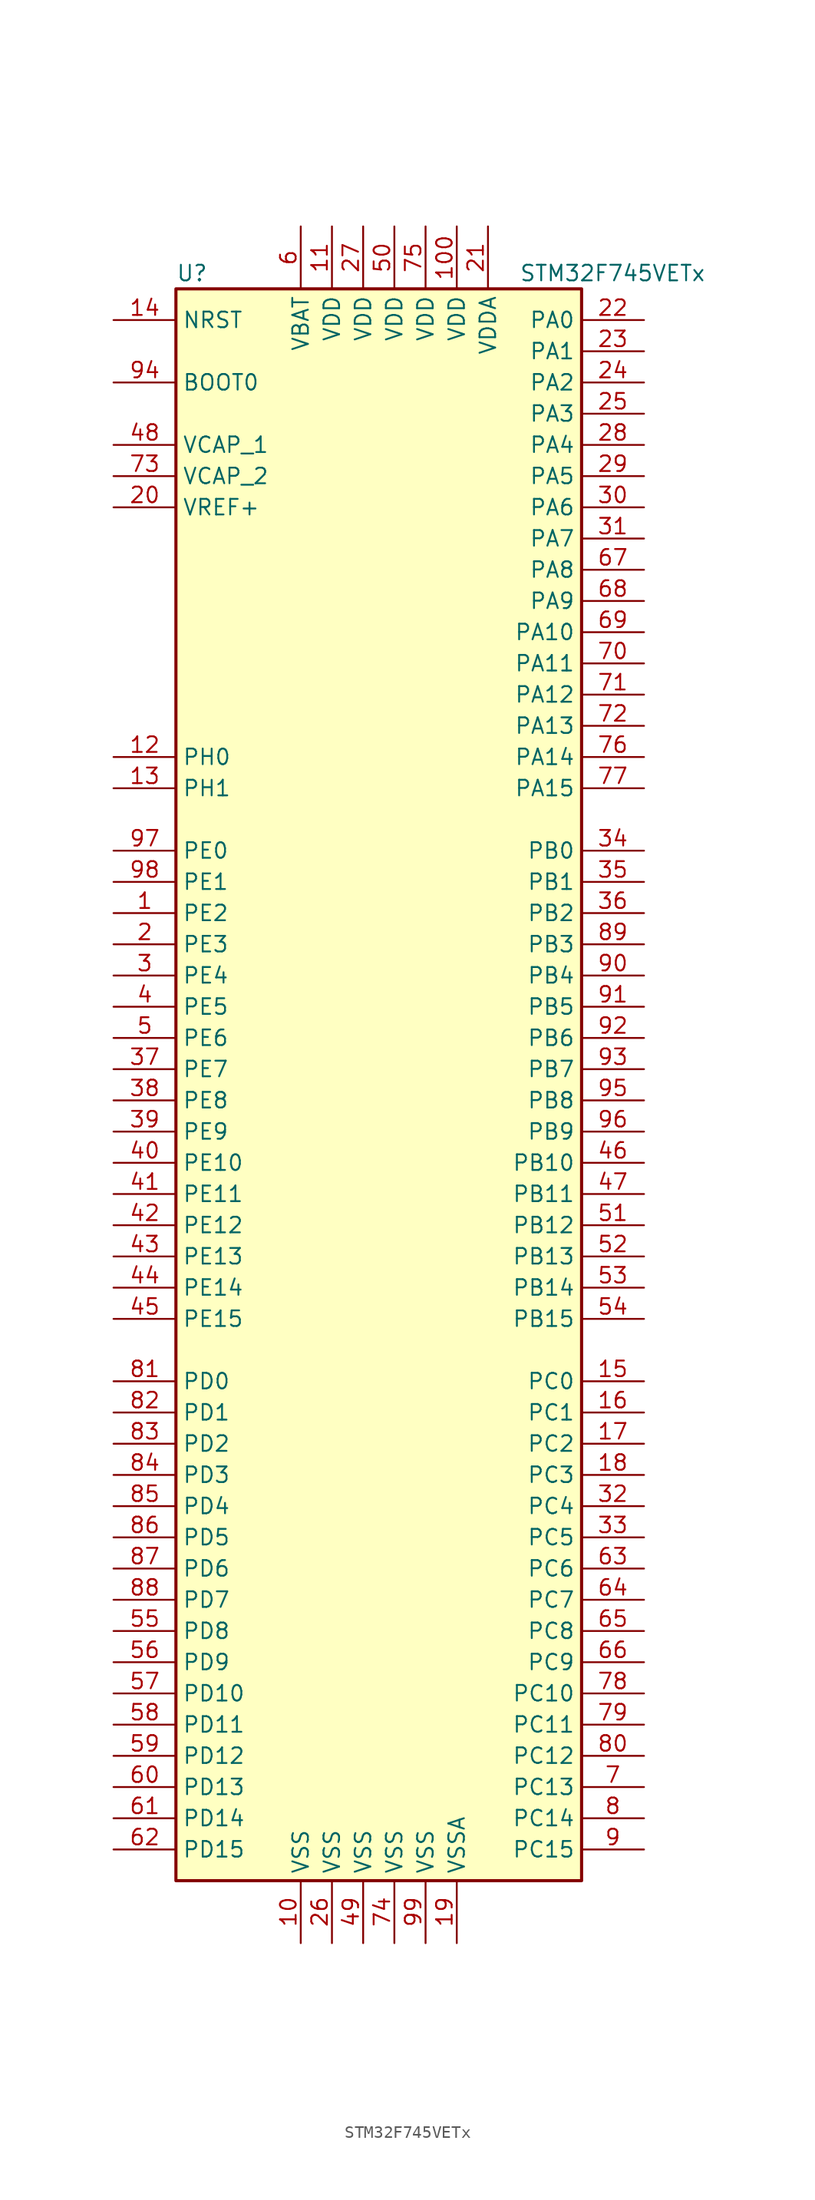
<source format=kicad_sym>
(kicad_symbol_lib
  (version 20201005)
  (generator kicad_symbol_editor)
  (symbol "STM32F745VETx"
    (property "Reference" "U"
      (at -17.78 64.77 0)
      (effects (font (size 1.27 1.27)) (justify left)))
    (property "Value" "STM32F745VETx"
      (at 10.16 64.77 0)
      (effects (font (size 1.27 1.27)) (justify left)))
    (symbol "STM32F745VETx_0_1"
      (rectangle (start -17.78 -66.04) (end 15.24 63.5) (stroke (width 0.254)) (fill (type background))))
    (symbol "STM32F745VETx_1_1"
      (pin input line (at -22.86 55.88 0) (length 5.08) (name "BOOT0" (effects (font (size 1.27 1.27)))) (number "94" (effects (font (size 1.27 1.27)))))
      (pin input line (at -22.86 60.96 0) (length 5.08) (name "NRST" (effects (font (size 1.27 1.27)))) (number "14" (effects (font (size 1.27 1.27)))))
      (pin bidirectional line (at 20.32 60.96 180) (length 5.08) (name "PA0" (effects (font (size 1.27 1.27)))) (number "22" (effects (font (size 1.27 1.27)))))
      (pin bidirectional line (at 20.32 58.42 180) (length 5.08) (name "PA1" (effects (font (size 1.27 1.27)))) (number "23" (effects (font (size 1.27 1.27)))))
      (pin bidirectional line (at 20.32 35.56 180) (length 5.08) (name "PA10" (effects (font (size 1.27 1.27)))) (number "69" (effects (font (size 1.27 1.27)))))
      (pin bidirectional line (at 20.32 33.02 180) (length 5.08) (name "PA11" (effects (font (size 1.27 1.27)))) (number "70" (effects (font (size 1.27 1.27)))))
      (pin bidirectional line (at 20.32 30.48 180) (length 5.08) (name "PA12" (effects (font (size 1.27 1.27)))) (number "71" (effects (font (size 1.27 1.27)))))
      (pin bidirectional line (at 20.32 27.94 180) (length 5.08) (name "PA13" (effects (font (size 1.27 1.27)))) (number "72" (effects (font (size 1.27 1.27)))))
      (pin bidirectional line (at 20.32 25.4 180) (length 5.08) (name "PA14" (effects (font (size 1.27 1.27)))) (number "76" (effects (font (size 1.27 1.27)))))
      (pin bidirectional line (at 20.32 22.86 180) (length 5.08) (name "PA15" (effects (font (size 1.27 1.27)))) (number "77" (effects (font (size 1.27 1.27)))))
      (pin bidirectional line (at 20.32 55.88 180) (length 5.08) (name "PA2" (effects (font (size 1.27 1.27)))) (number "24" (effects (font (size 1.27 1.27)))))
      (pin bidirectional line (at 20.32 53.34 180) (length 5.08) (name "PA3" (effects (font (size 1.27 1.27)))) (number "25" (effects (font (size 1.27 1.27)))))
      (pin bidirectional line (at 20.32 50.8 180) (length 5.08) (name "PA4" (effects (font (size 1.27 1.27)))) (number "28" (effects (font (size 1.27 1.27)))))
      (pin bidirectional line (at 20.32 48.26 180) (length 5.08) (name "PA5" (effects (font (size 1.27 1.27)))) (number "29" (effects (font (size 1.27 1.27)))))
      (pin bidirectional line (at 20.32 45.72 180) (length 5.08) (name "PA6" (effects (font (size 1.27 1.27)))) (number "30" (effects (font (size 1.27 1.27)))))
      (pin bidirectional line (at 20.32 43.18 180) (length 5.08) (name "PA7" (effects (font (size 1.27 1.27)))) (number "31" (effects (font (size 1.27 1.27)))))
      (pin bidirectional line (at 20.32 40.64 180) (length 5.08) (name "PA8" (effects (font (size 1.27 1.27)))) (number "67" (effects (font (size 1.27 1.27)))))
      (pin bidirectional line (at 20.32 38.1 180) (length 5.08) (name "PA9" (effects (font (size 1.27 1.27)))) (number "68" (effects (font (size 1.27 1.27)))))
      (pin bidirectional line (at 20.32 17.78 180) (length 5.08) (name "PB0" (effects (font (size 1.27 1.27)))) (number "34" (effects (font (size 1.27 1.27)))))
      (pin bidirectional line (at 20.32 15.24 180) (length 5.08) (name "PB1" (effects (font (size 1.27 1.27)))) (number "35" (effects (font (size 1.27 1.27)))))
      (pin bidirectional line (at 20.32 -7.62 180) (length 5.08) (name "PB10" (effects (font (size 1.27 1.27)))) (number "46" (effects (font (size 1.27 1.27)))))
      (pin bidirectional line (at 20.32 -10.16 180) (length 5.08) (name "PB11" (effects (font (size 1.27 1.27)))) (number "47" (effects (font (size 1.27 1.27)))))
      (pin bidirectional line (at 20.32 -12.7 180) (length 5.08) (name "PB12" (effects (font (size 1.27 1.27)))) (number "51" (effects (font (size 1.27 1.27)))))
      (pin bidirectional line (at 20.32 -15.24 180) (length 5.08) (name "PB13" (effects (font (size 1.27 1.27)))) (number "52" (effects (font (size 1.27 1.27)))))
      (pin bidirectional line (at 20.32 -17.78 180) (length 5.08) (name "PB14" (effects (font (size 1.27 1.27)))) (number "53" (effects (font (size 1.27 1.27)))))
      (pin bidirectional line (at 20.32 -20.32 180) (length 5.08) (name "PB15" (effects (font (size 1.27 1.27)))) (number "54" (effects (font (size 1.27 1.27)))))
      (pin bidirectional line (at 20.32 12.7 180) (length 5.08) (name "PB2" (effects (font (size 1.27 1.27)))) (number "36" (effects (font (size 1.27 1.27)))))
      (pin bidirectional line (at 20.32 10.16 180) (length 5.08) (name "PB3" (effects (font (size 1.27 1.27)))) (number "89" (effects (font (size 1.27 1.27)))))
      (pin bidirectional line (at 20.32 7.62 180) (length 5.08) (name "PB4" (effects (font (size 1.27 1.27)))) (number "90" (effects (font (size 1.27 1.27)))))
      (pin bidirectional line (at 20.32 5.08 180) (length 5.08) (name "PB5" (effects (font (size 1.27 1.27)))) (number "91" (effects (font (size 1.27 1.27)))))
      (pin bidirectional line (at 20.32 2.54 180) (length 5.08) (name "PB6" (effects (font (size 1.27 1.27)))) (number "92" (effects (font (size 1.27 1.27)))))
      (pin bidirectional line (at 20.32 0 180) (length 5.08) (name "PB7" (effects (font (size 1.27 1.27)))) (number "93" (effects (font (size 1.27 1.27)))))
      (pin bidirectional line (at 20.32 -2.54 180) (length 5.08) (name "PB8" (effects (font (size 1.27 1.27)))) (number "95" (effects (font (size 1.27 1.27)))))
      (pin bidirectional line (at 20.32 -5.08 180) (length 5.08) (name "PB9" (effects (font (size 1.27 1.27)))) (number "96" (effects (font (size 1.27 1.27)))))
      (pin bidirectional line (at 20.32 -25.4 180) (length 5.08) (name "PC0" (effects (font (size 1.27 1.27)))) (number "15" (effects (font (size 1.27 1.27)))))
      (pin bidirectional line (at 20.32 -27.94 180) (length 5.08) (name "PC1" (effects (font (size 1.27 1.27)))) (number "16" (effects (font (size 1.27 1.27)))))
      (pin bidirectional line (at 20.32 -50.8 180) (length 5.08) (name "PC10" (effects (font (size 1.27 1.27)))) (number "78" (effects (font (size 1.27 1.27)))))
      (pin bidirectional line (at 20.32 -53.34 180) (length 5.08) (name "PC11" (effects (font (size 1.27 1.27)))) (number "79" (effects (font (size 1.27 1.27)))))
      (pin bidirectional line (at 20.32 -55.88 180) (length 5.08) (name "PC12" (effects (font (size 1.27 1.27)))) (number "80" (effects (font (size 1.27 1.27)))))
      (pin bidirectional line (at 20.32 -58.42 180) (length 5.08) (name "PC13" (effects (font (size 1.27 1.27)))) (number "7" (effects (font (size 1.27 1.27)))))
      (pin bidirectional line (at 20.32 -60.96 180) (length 5.08) (name "PC14" (effects (font (size 1.27 1.27)))) (number "8" (effects (font (size 1.27 1.27)))))
      (pin bidirectional line (at 20.32 -63.5 180) (length 5.08) (name "PC15" (effects (font (size 1.27 1.27)))) (number "9" (effects (font (size 1.27 1.27)))))
      (pin bidirectional line (at 20.32 -30.48 180) (length 5.08) (name "PC2" (effects (font (size 1.27 1.27)))) (number "17" (effects (font (size 1.27 1.27)))))
      (pin bidirectional line (at 20.32 -33.02 180) (length 5.08) (name "PC3" (effects (font (size 1.27 1.27)))) (number "18" (effects (font (size 1.27 1.27)))))
      (pin bidirectional line (at 20.32 -35.56 180) (length 5.08) (name "PC4" (effects (font (size 1.27 1.27)))) (number "32" (effects (font (size 1.27 1.27)))))
      (pin bidirectional line (at 20.32 -38.1 180) (length 5.08) (name "PC5" (effects (font (size 1.27 1.27)))) (number "33" (effects (font (size 1.27 1.27)))))
      (pin bidirectional line (at 20.32 -40.64 180) (length 5.08) (name "PC6" (effects (font (size 1.27 1.27)))) (number "63" (effects (font (size 1.27 1.27)))))
      (pin bidirectional line (at 20.32 -43.18 180) (length 5.08) (name "PC7" (effects (font (size 1.27 1.27)))) (number "64" (effects (font (size 1.27 1.27)))))
      (pin bidirectional line (at 20.32 -45.72 180) (length 5.08) (name "PC8" (effects (font (size 1.27 1.27)))) (number "65" (effects (font (size 1.27 1.27)))))
      (pin bidirectional line (at 20.32 -48.26 180) (length 5.08) (name "PC9" (effects (font (size 1.27 1.27)))) (number "66" (effects (font (size 1.27 1.27)))))
      (pin bidirectional line (at -22.86 -25.4 0) (length 5.08) (name "PD0" (effects (font (size 1.27 1.27)))) (number "81" (effects (font (size 1.27 1.27)))))
      (pin bidirectional line (at -22.86 -27.94 0) (length 5.08) (name "PD1" (effects (font (size 1.27 1.27)))) (number "82" (effects (font (size 1.27 1.27)))))
      (pin bidirectional line (at -22.86 -50.8 0) (length 5.08) (name "PD10" (effects (font (size 1.27 1.27)))) (number "57" (effects (font (size 1.27 1.27)))))
      (pin bidirectional line (at -22.86 -53.34 0) (length 5.08) (name "PD11" (effects (font (size 1.27 1.27)))) (number "58" (effects (font (size 1.27 1.27)))))
      (pin bidirectional line (at -22.86 -55.88 0) (length 5.08) (name "PD12" (effects (font (size 1.27 1.27)))) (number "59" (effects (font (size 1.27 1.27)))))
      (pin bidirectional line (at -22.86 -58.42 0) (length 5.08) (name "PD13" (effects (font (size 1.27 1.27)))) (number "60" (effects (font (size 1.27 1.27)))))
      (pin bidirectional line (at -22.86 -60.96 0) (length 5.08) (name "PD14" (effects (font (size 1.27 1.27)))) (number "61" (effects (font (size 1.27 1.27)))))
      (pin bidirectional line (at -22.86 -63.5 0) (length 5.08) (name "PD15" (effects (font (size 1.27 1.27)))) (number "62" (effects (font (size 1.27 1.27)))))
      (pin bidirectional line (at -22.86 -30.48 0) (length 5.08) (name "PD2" (effects (font (size 1.27 1.27)))) (number "83" (effects (font (size 1.27 1.27)))))
      (pin bidirectional line (at -22.86 -33.02 0) (length 5.08) (name "PD3" (effects (font (size 1.27 1.27)))) (number "84" (effects (font (size 1.27 1.27)))))
      (pin bidirectional line (at -22.86 -35.56 0) (length 5.08) (name "PD4" (effects (font (size 1.27 1.27)))) (number "85" (effects (font (size 1.27 1.27)))))
      (pin bidirectional line (at -22.86 -38.1 0) (length 5.08) (name "PD5" (effects (font (size 1.27 1.27)))) (number "86" (effects (font (size 1.27 1.27)))))
      (pin bidirectional line (at -22.86 -40.64 0) (length 5.08) (name "PD6" (effects (font (size 1.27 1.27)))) (number "87" (effects (font (size 1.27 1.27)))))
      (pin bidirectional line (at -22.86 -43.18 0) (length 5.08) (name "PD7" (effects (font (size 1.27 1.27)))) (number "88" (effects (font (size 1.27 1.27)))))
      (pin bidirectional line (at -22.86 -45.72 0) (length 5.08) (name "PD8" (effects (font (size 1.27 1.27)))) (number "55" (effects (font (size 1.27 1.27)))))
      (pin bidirectional line (at -22.86 -48.26 0) (length 5.08) (name "PD9" (effects (font (size 1.27 1.27)))) (number "56" (effects (font (size 1.27 1.27)))))
      (pin bidirectional line (at -22.86 17.78 0) (length 5.08) (name "PE0" (effects (font (size 1.27 1.27)))) (number "97" (effects (font (size 1.27 1.27)))))
      (pin bidirectional line (at -22.86 15.24 0) (length 5.08) (name "PE1" (effects (font (size 1.27 1.27)))) (number "98" (effects (font (size 1.27 1.27)))))
      (pin bidirectional line (at -22.86 -7.62 0) (length 5.08) (name "PE10" (effects (font (size 1.27 1.27)))) (number "40" (effects (font (size 1.27 1.27)))))
      (pin bidirectional line (at -22.86 -10.16 0) (length 5.08) (name "PE11" (effects (font (size 1.27 1.27)))) (number "41" (effects (font (size 1.27 1.27)))))
      (pin bidirectional line (at -22.86 -12.7 0) (length 5.08) (name "PE12" (effects (font (size 1.27 1.27)))) (number "42" (effects (font (size 1.27 1.27)))))
      (pin bidirectional line (at -22.86 -15.24 0) (length 5.08) (name "PE13" (effects (font (size 1.27 1.27)))) (number "43" (effects (font (size 1.27 1.27)))))
      (pin bidirectional line (at -22.86 -17.78 0) (length 5.08) (name "PE14" (effects (font (size 1.27 1.27)))) (number "44" (effects (font (size 1.27 1.27)))))
      (pin bidirectional line (at -22.86 -20.32 0) (length 5.08) (name "PE15" (effects (font (size 1.27 1.27)))) (number "45" (effects (font (size 1.27 1.27)))))
      (pin bidirectional line (at -22.86 12.7 0) (length 5.08) (name "PE2" (effects (font (size 1.27 1.27)))) (number "1" (effects (font (size 1.27 1.27)))))
      (pin bidirectional line (at -22.86 10.16 0) (length 5.08) (name "PE3" (effects (font (size 1.27 1.27)))) (number "2" (effects (font (size 1.27 1.27)))))
      (pin bidirectional line (at -22.86 7.62 0) (length 5.08) (name "PE4" (effects (font (size 1.27 1.27)))) (number "3" (effects (font (size 1.27 1.27)))))
      (pin bidirectional line (at -22.86 5.08 0) (length 5.08) (name "PE5" (effects (font (size 1.27 1.27)))) (number "4" (effects (font (size 1.27 1.27)))))
      (pin bidirectional line (at -22.86 2.54 0) (length 5.08) (name "PE6" (effects (font (size 1.27 1.27)))) (number "5" (effects (font (size 1.27 1.27)))))
      (pin bidirectional line (at -22.86 0 0) (length 5.08) (name "PE7" (effects (font (size 1.27 1.27)))) (number "37" (effects (font (size 1.27 1.27)))))
      (pin bidirectional line (at -22.86 -2.54 0) (length 5.08) (name "PE8" (effects (font (size 1.27 1.27)))) (number "38" (effects (font (size 1.27 1.27)))))
      (pin bidirectional line (at -22.86 -5.08 0) (length 5.08) (name "PE9" (effects (font (size 1.27 1.27)))) (number "39" (effects (font (size 1.27 1.27)))))
      (pin input line (at -22.86 25.4 0) (length 5.08) (name "PH0" (effects (font (size 1.27 1.27)))) (number "12" (effects (font (size 1.27 1.27)))))
      (pin input line (at -22.86 22.86 0) (length 5.08) (name "PH1" (effects (font (size 1.27 1.27)))) (number "13" (effects (font (size 1.27 1.27)))))
      (pin power_in line (at -7.62 68.58 270) (length 5.08) (name "VBAT" (effects (font (size 1.27 1.27)))) (number "6" (effects (font (size 1.27 1.27)))))
      (pin power_in line (at -22.86 50.8 0) (length 5.08) (name "VCAP_1" (effects (font (size 1.27 1.27)))) (number "48" (effects (font (size 1.27 1.27)))))
      (pin power_in line (at -22.86 48.26 0) (length 5.08) (name "VCAP_2" (effects (font (size 1.27 1.27)))) (number "73" (effects (font (size 1.27 1.27)))))
      (pin power_in line (at 5.08 68.58 270) (length 5.08) (name "VDD" (effects (font (size 1.27 1.27)))) (number "100" (effects (font (size 1.27 1.27)))))
      (pin power_in line (at -5.08 68.58 270) (length 5.08) (name "VDD" (effects (font (size 1.27 1.27)))) (number "11" (effects (font (size 1.27 1.27)))))
      (pin power_in line (at -2.54 68.58 270) (length 5.08) (name "VDD" (effects (font (size 1.27 1.27)))) (number "27" (effects (font (size 1.27 1.27)))))
      (pin power_in line (at 0 68.58 270) (length 5.08) (name "VDD" (effects (font (size 1.27 1.27)))) (number "50" (effects (font (size 1.27 1.27)))))
      (pin power_in line (at 2.54 68.58 270) (length 5.08) (name "VDD" (effects (font (size 1.27 1.27)))) (number "75" (effects (font (size 1.27 1.27)))))
      (pin power_in line (at 7.62 68.58 270) (length 5.08) (name "VDDA" (effects (font (size 1.27 1.27)))) (number "21" (effects (font (size 1.27 1.27)))))
      (pin power_in line (at -22.86 45.72 0) (length 5.08) (name "VREF+" (effects (font (size 1.27 1.27)))) (number "20" (effects (font (size 1.27 1.27)))))
      (pin power_in line (at -7.62 -71.12 90) (length 5.08) (name "VSS" (effects (font (size 1.27 1.27)))) (number "10" (effects (font (size 1.27 1.27)))))
      (pin power_in line (at -5.08 -71.12 90) (length 5.08) (name "VSS" (effects (font (size 1.27 1.27)))) (number "26" (effects (font (size 1.27 1.27)))))
      (pin power_in line (at -2.54 -71.12 90) (length 5.08) (name "VSS" (effects (font (size 1.27 1.27)))) (number "49" (effects (font (size 1.27 1.27)))))
      (pin power_in line (at 0 -71.12 90) (length 5.08) (name "VSS" (effects (font (size 1.27 1.27)))) (number "74" (effects (font (size 1.27 1.27)))))
      (pin power_in line (at 2.54 -71.12 90) (length 5.08) (name "VSS" (effects (font (size 1.27 1.27)))) (number "99" (effects (font (size 1.27 1.27)))))
      (pin power_in line (at 5.08 -71.12 90) (length 5.08) (name "VSSA" (effects (font (size 1.27 1.27)))) (number "19" (effects (font (size 1.27 1.27))))))))
</source>
